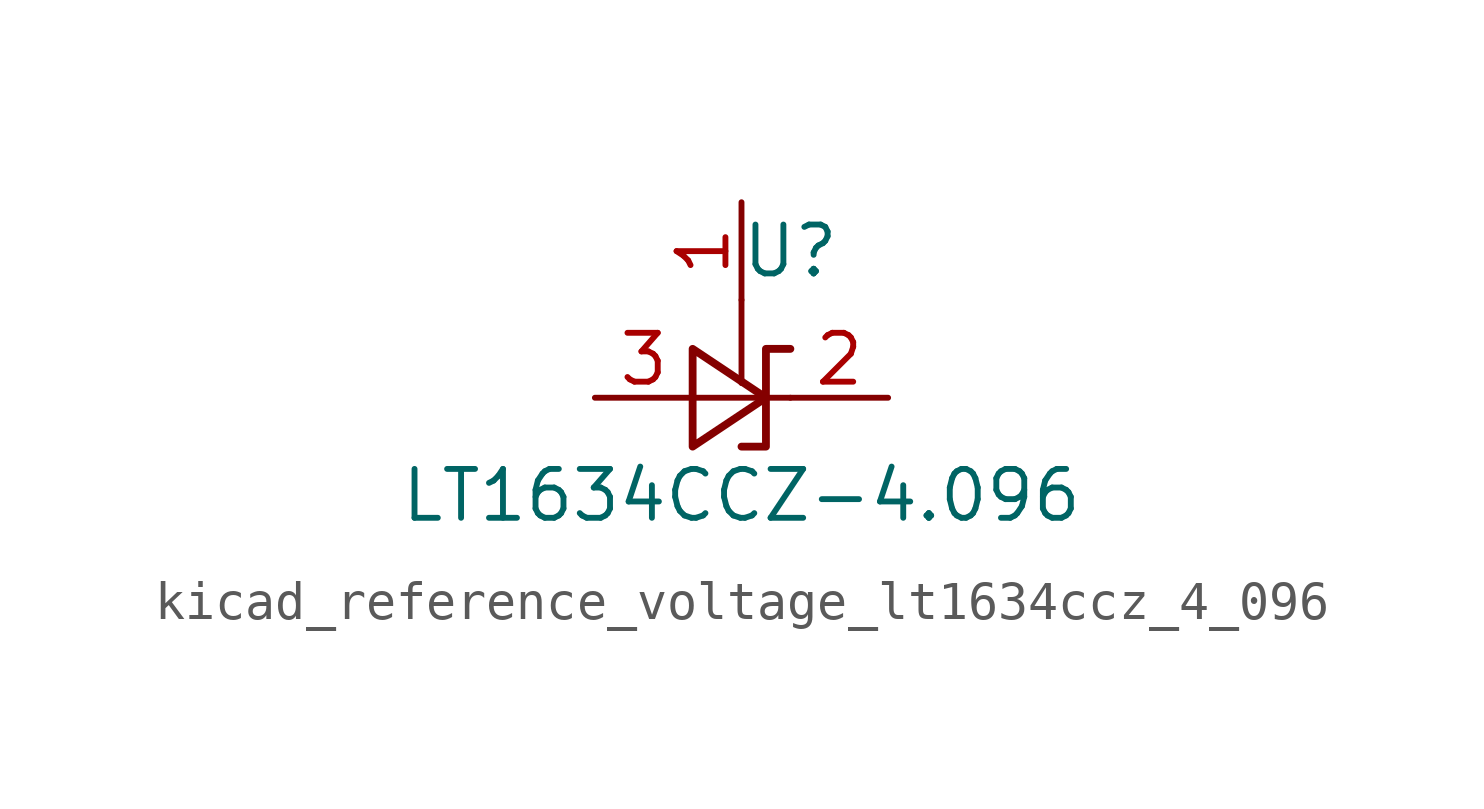
<source format=kicad_sym>
(kicad_symbol_lib
  (version 20220914)
  (generator kicad_symbol_editor)
  (symbol "kicad_reference_voltage_lt1634ccz_4_096"
    (pin_names hide)
    (property "Reference" "U"
      (at 1.27 3.81 0)
      (effects (font (size 1.27 1.27))))
    (property "Value" "LT1634CCZ-4.096"
      (at 0 -2.54 0)
      (effects (font (size 1.27 1.27))))
    (symbol "kicad_reference_voltage_lt1634ccz_4_096_1_1"
      (polyline (pts (xy 0 2.54) (xy 0 0.381)) (stroke (width 0) (type default)) (fill (type none)))
      (polyline (pts (xy -1.27 0) (xy 0 0) (xy 1.27 0)) (stroke (width 0) (type default)) (fill (type none)))
      (polyline (pts (xy -1.27 -1.27) (xy 0.635 0) (xy -1.27 1.27) (xy -1.27 -1.27)) (stroke (width 0.203) (type default)) (fill (type none)))
      (polyline (pts (xy 0 -1.27) (xy 0.635 -1.27) (xy 0.635 1.27) (xy 1.27 1.27)) (stroke (width 0.203) (type default)) (fill (type none)))
      (pin input line (at 0 5.08 270) (length 2.54) (name "Test" (effects (font (size 1.27 1.27)))) (number "1" (effects (font (size 1.27 1.27)))))
      (pin passive line (at 3.81 0 180) (length 2.54) (name "K" (effects (font (size 1.27 1.27)))) (number "2" (effects (font (size 1.27 1.27)))))
      (pin passive line (at -3.81 0 0) (length 2.54) (name "A" (effects (font (size 1.27 1.27)))) (number "3" (effects (font (size 1.27 1.27))))))))
</source>
